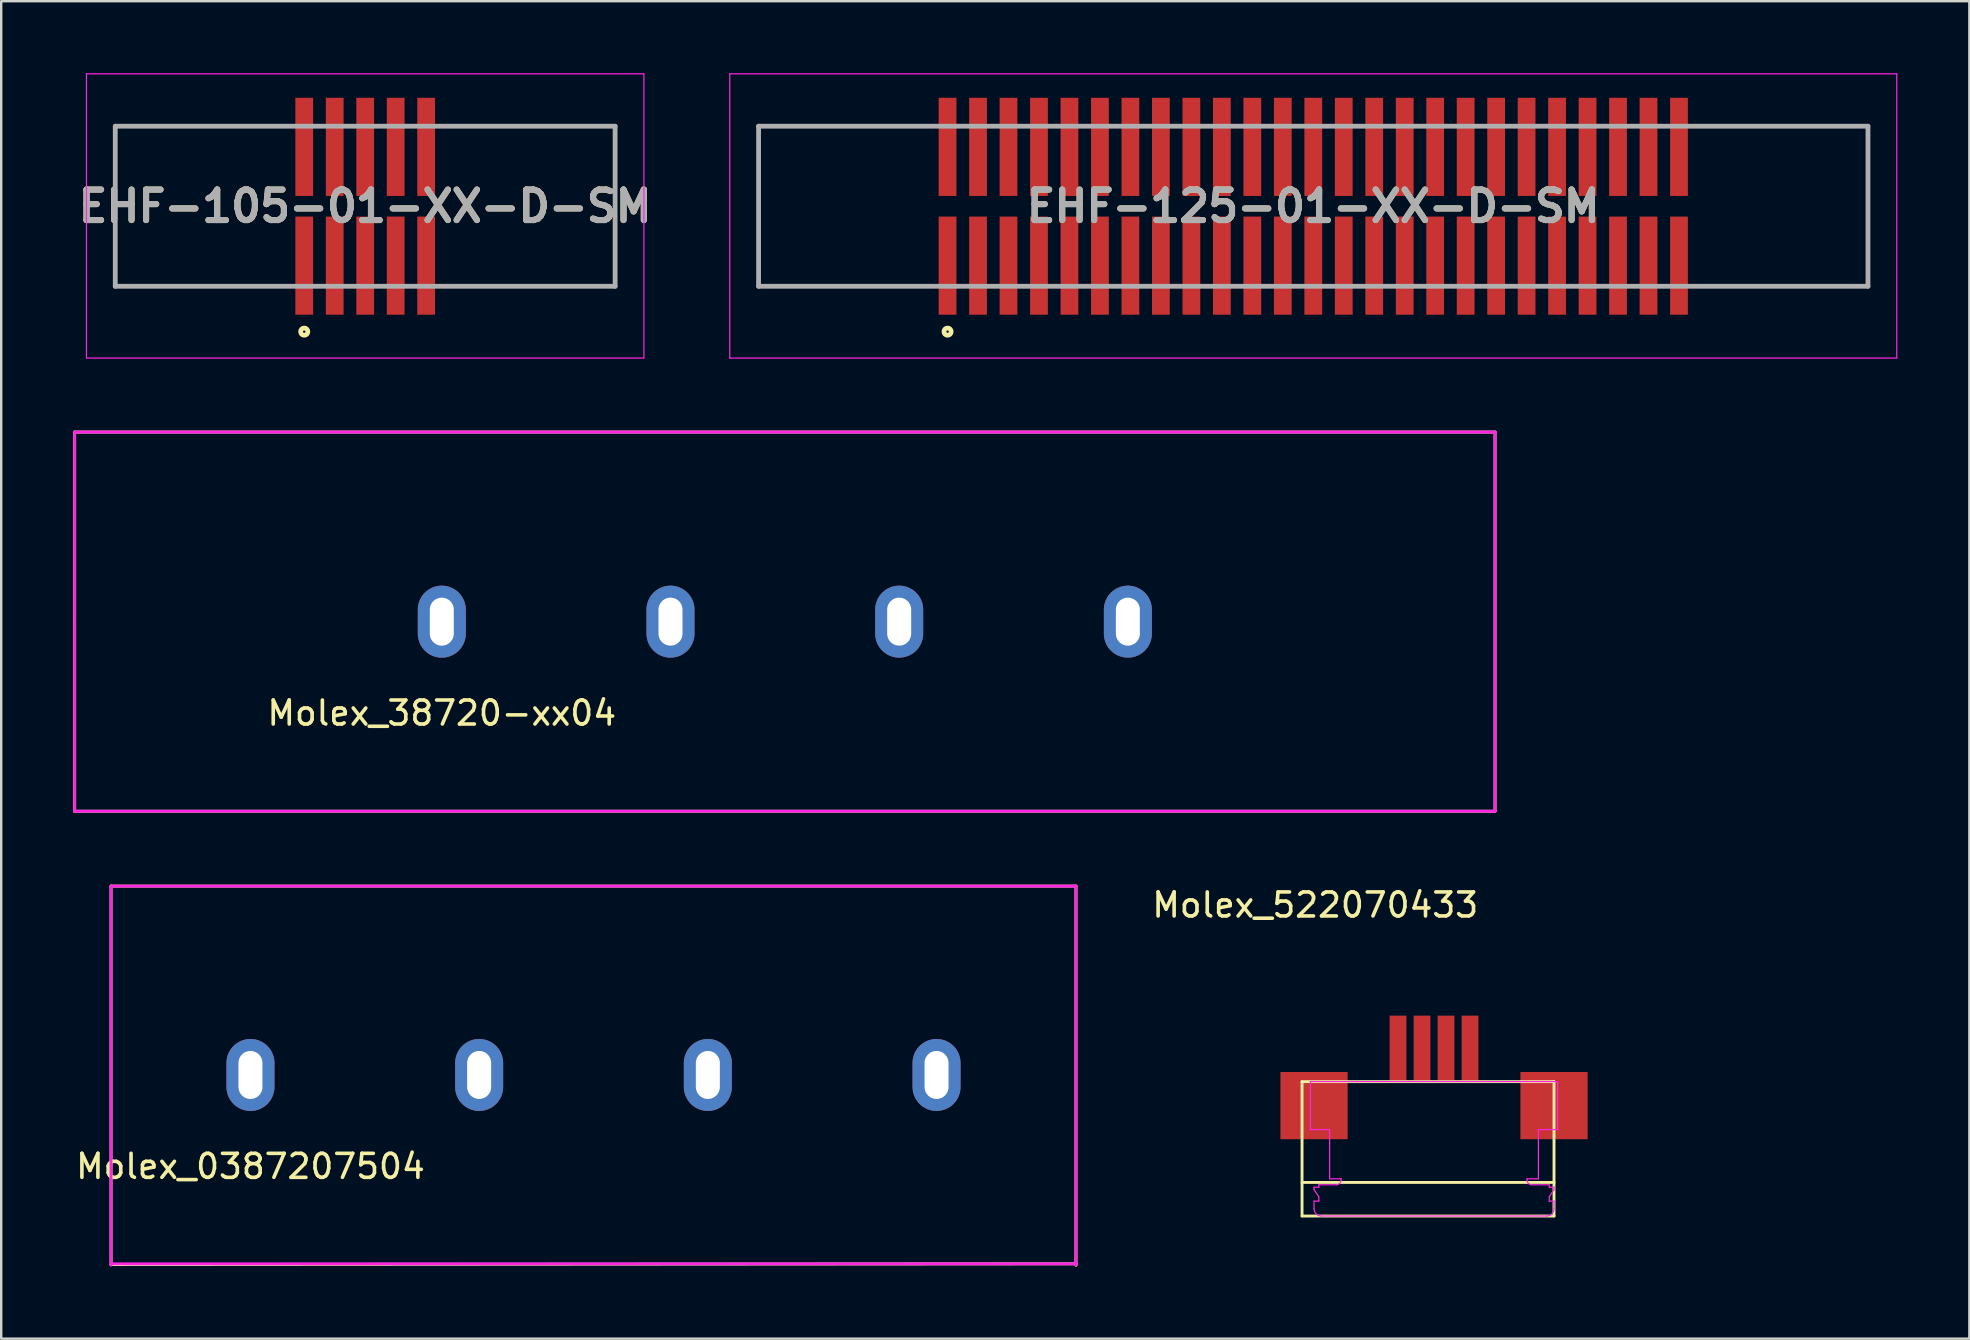
<source format=kicad_pcb>
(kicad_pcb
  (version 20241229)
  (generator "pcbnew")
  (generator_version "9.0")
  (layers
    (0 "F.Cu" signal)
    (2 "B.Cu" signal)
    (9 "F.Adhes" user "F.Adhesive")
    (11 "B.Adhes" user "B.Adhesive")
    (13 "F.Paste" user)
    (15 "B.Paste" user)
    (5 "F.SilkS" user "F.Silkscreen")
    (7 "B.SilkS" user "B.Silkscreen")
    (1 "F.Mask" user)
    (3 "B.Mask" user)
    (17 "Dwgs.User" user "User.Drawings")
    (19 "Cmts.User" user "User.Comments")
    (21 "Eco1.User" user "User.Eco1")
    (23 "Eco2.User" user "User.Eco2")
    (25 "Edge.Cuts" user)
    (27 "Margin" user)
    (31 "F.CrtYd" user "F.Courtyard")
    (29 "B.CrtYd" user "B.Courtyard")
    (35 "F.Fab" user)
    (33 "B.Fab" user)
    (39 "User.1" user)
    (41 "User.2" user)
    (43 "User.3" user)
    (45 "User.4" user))
  (footprint "EHF-125-01-XX-D-SM"
    (layer "F.Cu")
    (at 51.676 5.545)
    (property "Reference" "EHF-125-01-XX-D-SM" (at 0 0 0) (layer "F.SilkS") (effects (font (size 1.27 1.27) (thickness 0.254))))
    (attr smd)
    (fp_line (start -23.115 3.335) (end -23.115 -3.335) (stroke (width 0.1) (type solid)) (layer "F.SilkS"))
    (fp_line (start 23.115 -3.335) (end 23.115 3.335) (stroke (width 0.1) (type solid)) (layer "F.SilkS"))
    (fp_circle (center -15.24 5.225) (end -15.24 5.275) (stroke (width 0.2) (type solid)) (fill no) (layer "F.SilkS"))
    (fp_line (start -24.315 -5.52) (end 24.315 -5.52) (stroke (width 0.05) (type solid)) (layer "F.CrtYd"))
    (fp_line (start -24.315 6.325) (end -24.315 -5.52) (stroke (width 0.05) (type solid)) (layer "F.CrtYd"))
    (fp_line (start 24.315 -5.52) (end 24.315 6.325) (stroke (width 0.05) (type solid)) (layer "F.CrtYd"))
    (fp_line (start 24.315 6.325) (end -24.315 6.325) (stroke (width 0.05) (type solid)) (layer "F.CrtYd"))
    (fp_line (start -23.115 -3.335) (end 23.115 -3.335) (stroke (width 0.2) (type solid)) (layer "F.Fab"))
    (fp_line (start -23.115 3.335) (end -23.115 -3.335) (stroke (width 0.2) (type solid)) (layer "F.Fab"))
    (fp_line (start 23.115 -3.335) (end 23.115 3.335) (stroke (width 0.2) (type solid)) (layer "F.Fab"))
    (fp_line (start 23.115 3.335) (end -23.115 3.335) (stroke (width 0.2) (type solid)) (layer "F.Fab"))
    (fp_text user "${REFERENCE}" (at 0 0 0) (layer "F.Fab") (effects (font (size 1.27 1.27) (thickness 0.254))))
    (pad "1" smd rect (at -15.24 2.475) (size 0.74 4.09) (layers "F.Cu" "F.Mask" "F.Paste"))
    (pad "2" smd rect (at -15.24 -2.475) (size 0.74 4.09) (layers "F.Cu" "F.Mask" "F.Paste"))
    (pad "3" smd rect (at -13.97 2.475) (size 0.74 4.09) (layers "F.Cu" "F.Mask" "F.Paste"))
    (pad "4" smd rect (at -13.97 -2.475) (size 0.74 4.09) (layers "F.Cu" "F.Mask" "F.Paste"))
    (pad "5" smd rect (at -12.7 2.475) (size 0.74 4.09) (layers "F.Cu" "F.Mask" "F.Paste"))
    (pad "6" smd rect (at -12.7 -2.475) (size 0.74 4.09) (layers "F.Cu" "F.Mask" "F.Paste"))
    (pad "7" smd rect (at -11.43 2.475) (size 0.74 4.09) (layers "F.Cu" "F.Mask" "F.Paste"))
    (pad "8" smd rect (at -11.43 -2.475) (size 0.74 4.09) (layers "F.Cu" "F.Mask" "F.Paste"))
    (pad "9" smd rect (at -10.16 2.475) (size 0.74 4.09) (layers "F.Cu" "F.Mask" "F.Paste"))
    (pad "10" smd rect (at -10.16 -2.475) (size 0.74 4.09) (layers "F.Cu" "F.Mask" "F.Paste"))
    (pad "11" smd rect (at -8.89 2.475) (size 0.74 4.09) (layers "F.Cu" "F.Mask" "F.Paste"))
    (pad "12" smd rect (at -8.89 -2.475) (size 0.74 4.09) (layers "F.Cu" "F.Mask" "F.Paste"))
    (pad "13" smd rect (at -7.62 2.475) (size 0.74 4.09) (layers "F.Cu" "F.Mask" "F.Paste"))
    (pad "14" smd rect (at -7.62 -2.475) (size 0.74 4.09) (layers "F.Cu" "F.Mask" "F.Paste"))
    (pad "15" smd rect (at -6.35 2.475) (size 0.74 4.09) (layers "F.Cu" "F.Mask" "F.Paste"))
    (pad "16" smd rect (at -6.35 -2.475) (size 0.74 4.09) (layers "F.Cu" "F.Mask" "F.Paste"))
    (pad "17" smd rect (at -5.08 2.475) (size 0.74 4.09) (layers "F.Cu" "F.Mask" "F.Paste"))
    (pad "18" smd rect (at -5.08 -2.475) (size 0.74 4.09) (layers "F.Cu" "F.Mask" "F.Paste"))
    (pad "19" smd rect (at -3.81 2.475) (size 0.74 4.09) (layers "F.Cu" "F.Mask" "F.Paste"))
    (pad "20" smd rect (at -3.81 -2.475) (size 0.74 4.09) (layers "F.Cu" "F.Mask" "F.Paste"))
    (pad "21" smd rect (at -2.54 2.475) (size 0.74 4.09) (layers "F.Cu" "F.Mask" "F.Paste"))
    (pad "22" smd rect (at -2.54 -2.475) (size 0.74 4.09) (layers "F.Cu" "F.Mask" "F.Paste"))
    (pad "23" smd rect (at -1.27 2.475) (size 0.74 4.09) (layers "F.Cu" "F.Mask" "F.Paste"))
    (pad "24" smd rect (at -1.27 -2.475) (size 0.74 4.09) (layers "F.Cu" "F.Mask" "F.Paste"))
    (pad "25" smd rect (at 0 2.475) (size 0.74 4.09) (layers "F.Cu" "F.Mask" "F.Paste"))
    (pad "26" smd rect (at 0 -2.475) (size 0.74 4.09) (layers "F.Cu" "F.Mask" "F.Paste"))
    (pad "27" smd rect (at 1.27 2.475) (size 0.74 4.09) (layers "F.Cu" "F.Mask" "F.Paste"))
    (pad "28" smd rect (at 1.27 -2.475) (size 0.74 4.09) (layers "F.Cu" "F.Mask" "F.Paste"))
    (pad "29" smd rect (at 2.54 2.475) (size 0.74 4.09) (layers "F.Cu" "F.Mask" "F.Paste"))
    (pad "30" smd rect (at 2.54 -2.475) (size 0.74 4.09) (layers "F.Cu" "F.Mask" "F.Paste"))
    (pad "31" smd rect (at 3.81 2.475) (size 0.74 4.09) (layers "F.Cu" "F.Mask" "F.Paste"))
    (pad "32" smd rect (at 3.81 -2.475) (size 0.74 4.09) (layers "F.Cu" "F.Mask" "F.Paste"))
    (pad "33" smd rect (at 5.08 2.475) (size 0.74 4.09) (layers "F.Cu" "F.Mask" "F.Paste"))
    (pad "34" smd rect (at 5.08 -2.475) (size 0.74 4.09) (layers "F.Cu" "F.Mask" "F.Paste"))
    (pad "35" smd rect (at 6.35 2.475) (size 0.74 4.09) (layers "F.Cu" "F.Mask" "F.Paste"))
    (pad "36" smd rect (at 6.35 -2.475) (size 0.74 4.09) (layers "F.Cu" "F.Mask" "F.Paste"))
    (pad "37" smd rect (at 7.62 2.475) (size 0.74 4.09) (layers "F.Cu" "F.Mask" "F.Paste"))
    (pad "38" smd rect (at 7.62 -2.475) (size 0.74 4.09) (layers "F.Cu" "F.Mask" "F.Paste"))
    (pad "39" smd rect (at 8.89 2.475) (size 0.74 4.09) (layers "F.Cu" "F.Mask" "F.Paste"))
    (pad "40" smd rect (at 8.89 -2.475) (size 0.74 4.09) (layers "F.Cu" "F.Mask" "F.Paste"))
    (pad "41" smd rect (at 10.16 2.475) (size 0.74 4.09) (layers "F.Cu" "F.Mask" "F.Paste"))
    (pad "42" smd rect (at 10.16 -2.475) (size 0.74 4.09) (layers "F.Cu" "F.Mask" "F.Paste"))
    (pad "43" smd rect (at 11.43 2.475) (size 0.74 4.09) (layers "F.Cu" "F.Mask" "F.Paste"))
    (pad "44" smd rect (at 11.43 -2.475) (size 0.74 4.09) (layers "F.Cu" "F.Mask" "F.Paste"))
    (pad "45" smd rect (at 12.7 2.475) (size 0.74 4.09) (layers "F.Cu" "F.Mask" "F.Paste"))
    (pad "46" smd rect (at 12.7 -2.475) (size 0.74 4.09) (layers "F.Cu" "F.Mask" "F.Paste"))
    (pad "47" smd rect (at 13.97 2.475) (size 0.74 4.09) (layers "F.Cu" "F.Mask" "F.Paste"))
    (pad "48" smd rect (at 13.97 -2.475) (size 0.74 4.09) (layers "F.Cu" "F.Mask" "F.Paste"))
    (pad "49" smd rect (at 15.24 2.475) (size 0.74 4.09) (layers "F.Cu" "F.Mask" "F.Paste"))
    (pad "50" smd rect (at 15.24 -2.475) (size 0.74 4.09) (layers "F.Cu" "F.Mask" "F.Paste")))
  (footprint "Molex_0387207504"
    (layer "F.Cu")
    (at 7.387 41.745)
    (property "Reference" "Molex_0387207504" (at 0 3.81 0) (layer "F.SilkS") (effects (font (size 1 1) (thickness 0.15))))
    (attr through_hole)
    (fp_line (start -5.81 -7.87) (end 34.4 -7.87) (stroke (width 0.12) (type solid)) (layer "F.SilkS"))
    (fp_line (start -5.81 7.9) (end -5.81 -7.87) (stroke (width 0.12) (type solid)) (layer "F.SilkS"))
    (fp_line (start 34.4 -7.87) (end 34.4 7.93) (stroke (width 0.12) (type solid)) (layer "F.SilkS"))
    (fp_line (start 34.4 7.87) (end -5.81 7.9) (stroke (width 0.12) (type solid)) (layer "F.SilkS"))
    (fp_line (start -5.81 -7.87) (end 34.4 -7.87) (stroke (width 0.12) (type solid)) (layer "F.CrtYd"))
    (fp_line (start -5.81 7.93) (end -5.81 -7.87) (stroke (width 0.12) (type solid)) (layer "F.CrtYd"))
    (fp_line (start 34.4 -7.87) (end 34.4 7.93) (stroke (width 0.12) (type solid)) (layer "F.CrtYd"))
    (fp_line (start 34.4 7.87) (end -5.81 7.87) (stroke (width 0.12) (type solid)) (layer "F.CrtYd"))
    (pad "1" thru_hole oval (at 0 0) (size 2 3) (drill oval 1 2) (layers "*.Cu" "*.Mask"))
    (pad "2" thru_hole oval (at 9.53 0) (size 2 3) (drill oval 1 2) (layers "*.Cu" "*.Mask"))
    (pad "3" thru_hole oval (at 19.06 0) (size 2 3) (drill oval 1 2) (layers "*.Cu" "*.Mask"))
    (pad "4" thru_hole oval (at 28.59 0) (size 2 3) (drill oval 1 2) (layers "*.Cu" "*.Mask")))
  (footprint "EHF-105-01-XX-D-SM"
    (layer "F.Cu")
    (at 12.168 5.545)
    (property "Reference" "EHF-105-01-XX-D-SM" (at 0 0 0) (layer "F.SilkS") (effects (font (size 1.27 1.27) (thickness 0.254))))
    (attr smd)
    (fp_line (start -10.415 3.335) (end -10.415 -3.335) (stroke (width 0.1) (type solid)) (layer "F.SilkS"))
    (fp_line (start 10.415 -3.335) (end 10.415 3.335) (stroke (width 0.1) (type solid)) (layer "F.SilkS"))
    (fp_circle (center -2.54 5.225) (end -2.54 5.275) (stroke (width 0.2) (type solid)) (fill no) (layer "F.SilkS"))
    (fp_line (start -11.615 -5.52) (end 11.615 -5.52) (stroke (width 0.05) (type solid)) (layer "F.CrtYd"))
    (fp_line (start -11.615 6.325) (end -11.615 -5.52) (stroke (width 0.05) (type solid)) (layer "F.CrtYd"))
    (fp_line (start 11.615 -5.52) (end 11.615 6.325) (stroke (width 0.05) (type solid)) (layer "F.CrtYd"))
    (fp_line (start 11.615 6.325) (end -11.615 6.325) (stroke (width 0.05) (type solid)) (layer "F.CrtYd"))
    (fp_line (start -10.415 -3.335) (end 10.415 -3.335) (stroke (width 0.2) (type solid)) (layer "F.Fab"))
    (fp_line (start -10.415 3.335) (end -10.415 -3.335) (stroke (width 0.2) (type solid)) (layer "F.Fab"))
    (fp_line (start 10.415 -3.335) (end 10.415 3.335) (stroke (width 0.2) (type solid)) (layer "F.Fab"))
    (fp_line (start 10.415 3.335) (end -10.415 3.335) (stroke (width 0.2) (type solid)) (layer "F.Fab"))
    (fp_text user "${REFERENCE}" (at 0 0 0) (layer "F.Fab") (effects (font (size 1.27 1.27) (thickness 0.254))))
    (pad "1" smd rect (at -2.54 2.475) (size 0.74 4.09) (layers "F.Cu" "F.Mask" "F.Paste"))
    (pad "2" smd rect (at -2.54 -2.475) (size 0.74 4.09) (layers "F.Cu" "F.Mask" "F.Paste"))
    (pad "3" smd rect (at -1.27 2.475) (size 0.74 4.09) (layers "F.Cu" "F.Mask" "F.Paste"))
    (pad "4" smd rect (at -1.27 -2.475) (size 0.74 4.09) (layers "F.Cu" "F.Mask" "F.Paste"))
    (pad "5" smd rect (at 0 2.475) (size 0.74 4.09) (layers "F.Cu" "F.Mask" "F.Paste"))
    (pad "6" smd rect (at 0 -2.475) (size 0.74 4.09) (layers "F.Cu" "F.Mask" "F.Paste"))
    (pad "7" smd rect (at 1.27 2.475) (size 0.74 4.09) (layers "F.Cu" "F.Mask" "F.Paste"))
    (pad "8" smd rect (at 1.27 -2.475) (size 0.74 4.09) (layers "F.Cu" "F.Mask" "F.Paste"))
    (pad "9" smd rect (at 2.54 2.475) (size 0.74 4.09) (layers "F.Cu" "F.Mask" "F.Paste"))
    (pad "10" smd rect (at 2.54 -2.475) (size 0.74 4.09) (layers "F.Cu" "F.Mask" "F.Paste")))
  (footprint "Molex_38720-xx04"
    (layer "F.Cu")
    (at 15.36 22.855)
    (property "Reference" "Molex_38720-xx04" (at 0 3.81 0) (layer "F.SilkS") (effects (font (size 1 1) (thickness 0.15))))
    (attr through_hole)
    (fp_line (start -15.3 -7.9) (end 43.89 -7.9) (stroke (width 0.12) (type solid)) (layer "F.SilkS"))
    (fp_line (start -15.3 0) (end -15.3 -7.9) (stroke (width 0.12) (type solid)) (layer "F.SilkS"))
    (fp_line (start -15.3 7.9) (end -15.3 0) (stroke (width 0.12) (type solid)) (layer "F.SilkS"))
    (fp_line (start 43.89 -7.9) (end 43.89 7.9) (stroke (width 0.12) (type solid)) (layer "F.SilkS"))
    (fp_line (start 43.89 7.9) (end -15.3 7.9) (stroke (width 0.12) (type solid)) (layer "F.SilkS"))
    (fp_line (start -15.3 -7.9) (end 43.89 -7.9) (stroke (width 0.12) (type solid)) (layer "F.CrtYd"))
    (fp_line (start -15.3 7.9) (end -15.3 -7.9) (stroke (width 0.12) (type solid)) (layer "F.CrtYd"))
    (fp_line (start 43.89 -7.9) (end 43.89 7.9) (stroke (width 0.12) (type solid)) (layer "F.CrtYd"))
    (fp_line (start 43.89 7.9) (end -15.3 7.9) (stroke (width 0.12) (type solid)) (layer "F.CrtYd"))
    (pad "1" thru_hole oval (at 0 0) (size 2 3) (drill oval 1 2) (layers "*.Cu" "*.Mask"))
    (pad "2" thru_hole oval (at 9.53 0) (size 2 3) (drill oval 1 2) (layers "*.Cu" "*.Mask"))
    (pad "3" thru_hole oval (at 19.06 0) (size 2 3) (drill oval 1 2) (layers "*.Cu" "*.Mask"))
    (pad "4" thru_hole oval (at 28.59 0) (size 2 3) (drill oval 1 2) (layers "*.Cu" "*.Mask")))
  (footprint "Molex_522070433"
    (layer "F.Cu")
    (at 56.708 44.823)
    (property "Reference" "Molex_522070433" (at -4.95 -10.16 0) (layer "F.SilkS") (effects (font (size 1 1) (thickness 0.15))))
    (attr through_hole)
    (fp_line (start -5.5 -2.8) (end 5 -2.8) (stroke (width 0.12) (type solid)) (layer "F.SilkS"))
    (fp_line (start -5.5 2.8) (end -5.5 -2.8) (stroke (width 0.12) (type solid)) (layer "F.SilkS"))
    (fp_line (start 5 -2.8) (end 5 2.8) (stroke (width 0.12) (type solid)) (layer "F.SilkS"))
    (fp_line (start 5 1.4) (end -5.5 1.4) (stroke (width 0.12) (type solid)) (layer "F.SilkS"))
    (fp_line (start 5 2.8) (end -5.5 2.8) (stroke (width 0.12) (type solid)) (layer "F.SilkS"))
    (fp_line (start -5.15 -2.8) (end -4.746 -2.8) (stroke (width 0.05) (type solid)) (layer "F.CrtYd"))
    (fp_line (start -5.15 -0.8) (end -5.15 -2.8) (stroke (width 0.05) (type solid)) (layer "F.CrtYd"))
    (fp_line (start -5 1.6) (end -4.8 1.6) (stroke (width 0.05) (type solid)) (layer "F.CrtYd"))
    (fp_line (start -5 1.7) (end -5 1.6) (stroke (width 0.05) (type solid)) (layer "F.CrtYd"))
    (fp_line (start -5 2.18) (end -4.8 2.18) (stroke (width 0.05) (type solid)) (layer "F.CrtYd"))
    (fp_line (start -5 2.5) (end -5 2.18) (stroke (width 0.05) (type solid)) (layer "F.CrtYd"))
    (fp_line (start -4.8 1.5) (end -4.075 1.5) (stroke (width 0.05) (type solid)) (layer "F.CrtYd"))
    (fp_line (start -4.8 1.6) (end -4.8 1.5) (stroke (width 0.05) (type solid)) (layer "F.CrtYd"))
    (fp_line (start -4.8 2) (end -5 1.7) (stroke (width 0.05) (type solid)) (layer "F.CrtYd"))
    (fp_line (start -4.8 2.18) (end -4.8 2) (stroke (width 0.05) (type solid)) (layer "F.CrtYd"))
    (fp_line (start -4.746 -2.8) (end -4.326 -2.8) (stroke (width 0.05) (type solid)) (layer "F.CrtYd"))
    (fp_line (start -4.746 -0.8) (end -5.15 -0.8) (stroke (width 0.05) (type solid)) (layer "F.CrtYd"))
    (fp_line (start -4.35 -0.8) (end -4.746 -0.8) (stroke (width 0.05) (type solid)) (layer "F.CrtYd"))
    (fp_line (start -4.35 -0.25) (end -4.35 -0.8) (stroke (width 0.05) (type solid)) (layer "F.CrtYd"))
    (fp_line (start -4.35 1.25) (end -4.35 -0.25) (stroke (width 0.05) (type solid)) (layer "F.CrtYd"))
    (fp_line (start -4.326 -2.8) (end 3.65 -2.8) (stroke (width 0.05) (type solid)) (layer "F.CrtYd"))
    (fp_line (start -3.875 1.25) (end -4.35 1.25) (stroke (width 0.05) (type solid)) (layer "F.CrtYd"))
    (fp_line (start -3.875 1.3) (end -3.875 1.25) (stroke (width 0.05) (type solid)) (layer "F.CrtYd"))
    (fp_line (start 3.65 -2.8) (end 4.326 -2.8) (stroke (width 0.05) (type solid)) (layer "F.CrtYd"))
    (fp_line (start 3.875 1.25) (end 3.875 1.3) (stroke (width 0.05) (type solid)) (layer "F.CrtYd"))
    (fp_line (start 4.075 1.5) (end 4.8 1.5) (stroke (width 0.05) (type solid)) (layer "F.CrtYd"))
    (fp_line (start 4.326 -2.8) (end 4.746 -2.8) (stroke (width 0.05) (type solid)) (layer "F.CrtYd"))
    (fp_line (start 4.35 -0.8) (end 4.35 -0.25) (stroke (width 0.05) (type solid)) (layer "F.CrtYd"))
    (fp_line (start 4.35 -0.25) (end 4.35 1.25) (stroke (width 0.05) (type solid)) (layer "F.CrtYd"))
    (fp_line (start 4.35 1.25) (end 3.875 1.25) (stroke (width 0.05) (type solid)) (layer "F.CrtYd"))
    (fp_line (start 4.7 2.8) (end -4.7 2.8) (stroke (width 0.05) (type solid)) (layer "F.CrtYd"))
    (fp_line (start 4.746 -2.8) (end 5.15 -2.8) (stroke (width 0.05) (type solid)) (layer "F.CrtYd"))
    (fp_line (start 4.746 -0.8) (end 4.35 -0.8) (stroke (width 0.05) (type solid)) (layer "F.CrtYd"))
    (fp_line (start 4.8 1.5) (end 4.8 1.6) (stroke (width 0.05) (type solid)) (layer "F.CrtYd"))
    (fp_line (start 4.8 1.6) (end 5 1.6) (stroke (width 0.05) (type solid)) (layer "F.CrtYd"))
    (fp_line (start 4.8 2) (end 4.8 2.18) (stroke (width 0.05) (type solid)) (layer "F.CrtYd"))
    (fp_line (start 4.8 2.18) (end 5 2.18) (stroke (width 0.05) (type solid)) (layer "F.CrtYd"))
    (fp_line (start 5 1.6) (end 5 1.7) (stroke (width 0.05) (type solid)) (layer "F.CrtYd"))
    (fp_line (start 5 1.7) (end 4.8 2) (stroke (width 0.05) (type solid)) (layer "F.CrtYd"))
    (fp_line (start 5 2.18) (end 5 2.5) (stroke (width 0.05) (type solid)) (layer "F.CrtYd"))
    (fp_line (start 5.15 -2.8) (end 5.15 -0.8) (stroke (width 0.05) (type solid)) (layer "F.CrtYd"))
    (fp_line (start 5.15 -0.8) (end 4.746 -0.8) (stroke (width 0.05) (type solid)) (layer "F.CrtYd"))
    (fp_arc (start -4.699999 2.800001) (mid -4.912132 2.712133) (end -5 2.5) (stroke (width 0.05) (type solid)) (layer "F.CrtYd"))
    (fp_arc (start -3.875 1.3) (mid -3.933579 1.441421) (end -4.075 1.5) (stroke (width 0.05) (type solid)) (layer "F.CrtYd"))
    (fp_arc (start 4.075001 1.499999) (mid 3.933579 1.441421) (end 3.875 1.3) (stroke (width 0.05) (type solid)) (layer "F.CrtYd"))
    (fp_arc (start 4.999999 2.499999) (mid 4.912132 2.712131) (end 4.7 2.8) (stroke (width 0.05) (type solid)) (layer "F.CrtYd"))
    (pad "0" smd rect (at -5 -1.8) (size 2.8 2.8) (layers "F.Cu" "F.Mask" "F.Paste"))
    (pad "0" smd rect (at 5 -1.8) (size 2.8 2.8) (layers "F.Cu" "F.Mask" "F.Paste"))
    (pad "1" smd rect (at -1.5 -4.2) (size 0.7 2.7) (layers "F.Cu" "F.Mask" "F.Paste"))
    (pad "2" smd rect (at -0.5 -4.2) (size 0.7 2.7) (layers "F.Cu" "F.Mask" "F.Paste"))
    (pad "3" smd rect (at 0.5 -4.2) (size 0.7 2.7) (layers "F.Cu" "F.Mask" "F.Paste"))
    (pad "4" smd rect (at 1.5 -4.2) (size 0.7 2.7) (layers "F.Cu" "F.Mask" "F.Paste")))
  (gr_rect
    (start -3 -3)
    (end 79.016 52.735)
    (stroke (width 0.1) (type default))
    (fill no)
    (layer "Edge.Cuts")))
</source>
